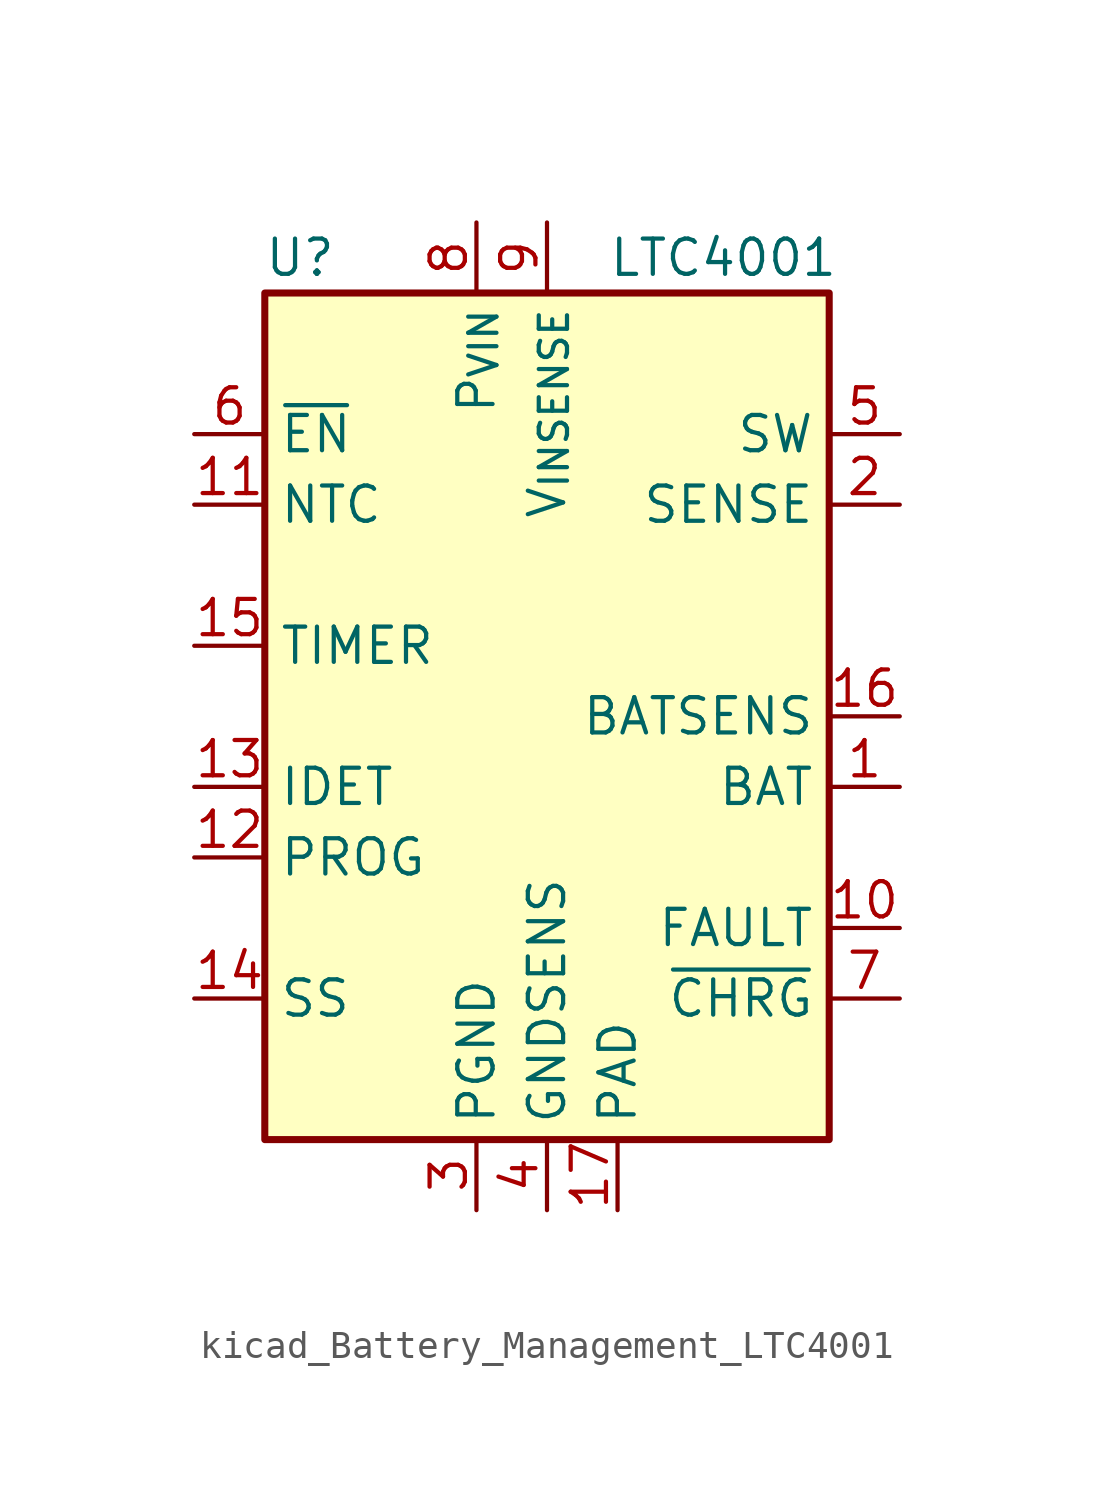
<source format=kicad_sym>
(kicad_symbol_lib
  (version 20220914)
  (generator kicad_symbol_editor)
  (symbol "kicad_Battery_Management_LTC4001"
    (property "Reference" "U"
      (at -8.89 16.51 0)
      (effects (font (size 1.27 1.27))))
    (property "Value" "LTC4001"
      (at 6.35 16.51 0)
      (effects (font (size 1.27 1.27))))
    (symbol "kicad_Battery_Management_LTC4001_0_1"
      (rectangle (start -10.16 15.24) (end 10.16 -15.24) (stroke (width 0.254) (type default)) (fill (type background))))
    (symbol "kicad_Battery_Management_LTC4001_1_1"
      (pin output line (at 12.7 -2.54 180) (length 2.54) (name "BAT" (effects (font (size 1.27 1.27)))) (number "1" (effects (font (size 1.27 1.27)))))
      (pin output line (at 12.7 -7.62 180) (length 2.54) (name "FAULT" (effects (font (size 1.27 1.27)))) (number "10" (effects (font (size 1.27 1.27)))))
      (pin input line (at -12.7 7.62 0) (length 2.54) (name "NTC" (effects (font (size 1.27 1.27)))) (number "11" (effects (font (size 1.27 1.27)))))
      (pin input line (at -12.7 -5.08 0) (length 2.54) (name "PROG" (effects (font (size 1.27 1.27)))) (number "12" (effects (font (size 1.27 1.27)))))
      (pin input line (at -12.7 -2.54 0) (length 2.54) (name "IDET" (effects (font (size 1.27 1.27)))) (number "13" (effects (font (size 1.27 1.27)))))
      (pin input line (at -12.7 -10.16 0) (length 2.54) (name "SS" (effects (font (size 1.27 1.27)))) (number "14" (effects (font (size 1.27 1.27)))))
      (pin input line (at -12.7 2.54 0) (length 2.54) (name "TIMER" (effects (font (size 1.27 1.27)))) (number "15" (effects (font (size 1.27 1.27)))))
      (pin input line (at 12.7 0 180) (length 2.54) (name "BATSENS" (effects (font (size 1.27 1.27)))) (number "16" (effects (font (size 1.27 1.27)))))
      (pin power_in line (at 2.54 -17.78 90) (length 2.54) (name "PAD" (effects (font (size 1.27 1.27)))) (number "17" (effects (font (size 1.27 1.27)))))
      (pin input line (at 12.7 7.62 180) (length 2.54) (name "SENSE" (effects (font (size 1.27 1.27)))) (number "2" (effects (font (size 1.27 1.27)))))
      (pin power_in line (at -2.54 -17.78 90) (length 2.54) (name "PGND" (effects (font (size 1.27 1.27)))) (number "3" (effects (font (size 1.27 1.27)))))
      (pin power_in line (at 0 -17.78 90) (length 2.54) (name "GNDSENS" (effects (font (size 1.27 1.27)))) (number "4" (effects (font (size 1.27 1.27)))))
      (pin output line (at 12.7 10.16 180) (length 2.54) (name "SW" (effects (font (size 1.27 1.27)))) (number "5" (effects (font (size 1.27 1.27)))))
      (pin input line (at -12.7 10.16 0) (length 2.54) (name "~{EN}" (effects (font (size 1.27 1.27)))) (number "6" (effects (font (size 1.27 1.27)))))
      (pin open_collector line (at 12.7 -10.16 180) (length 2.54) (name "~{CHRG}" (effects (font (size 1.27 1.27)))) (number "7" (effects (font (size 1.27 1.27)))))
      (pin power_in line (at -2.54 17.78 270) (length 2.54) (name "P_{VIN}" (effects (font (size 1.27 1.27)))) (number "8" (effects (font (size 1.27 1.27)))))
      (pin power_in line (at 0 17.78 270) (length 2.54) (name "V_{INSENSE}" (effects (font (size 1.27 1.27)))) (number "9" (effects (font (size 1.27 1.27))))))))
</source>
